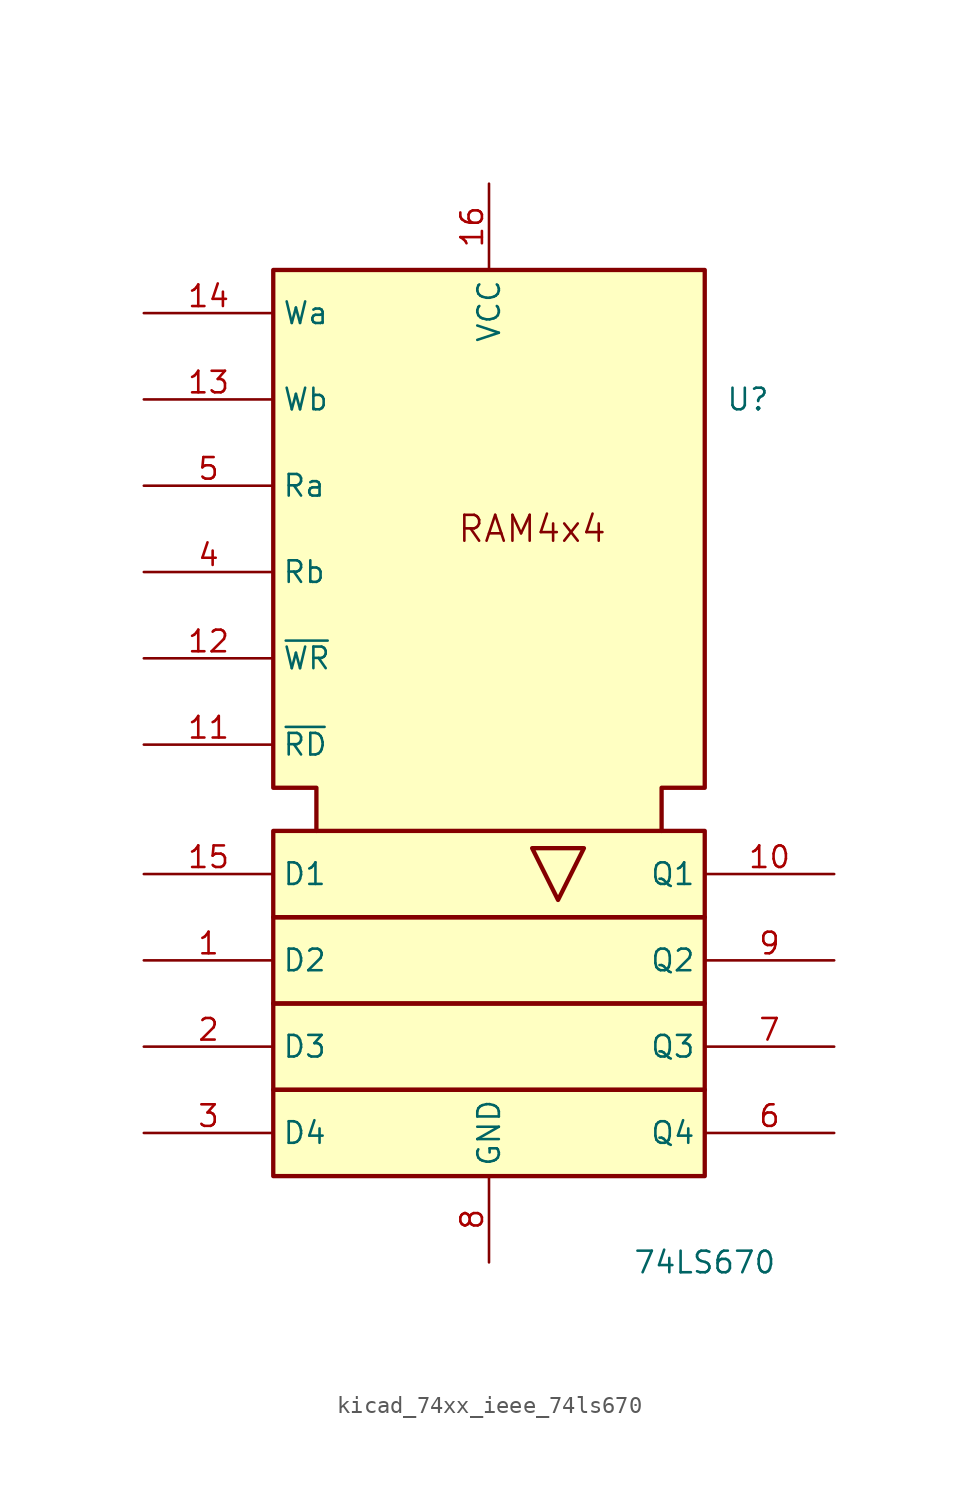
<source format=kicad_sym>
(kicad_symbol_lib
  (version 20220914)
  (generator kicad_symbol_editor)
  (symbol "kicad_74xx_ieee_74ls670"
    (property "Reference" "U"
      (at 15.24 20.32 0)
      (effects (font (size 1.27 1.27))))
    (property "Value" "74LS670"
      (at 12.7 -30.48 0)
      (effects (font (size 1.27 1.27))))
    (symbol "kicad_74xx_ieee_74ls670_0_0"
      (rectangle (start -12.7 -20.32) (end 12.7 -25.4) (stroke (width 0.254) (type default)) (fill (type background)))
      (rectangle (start -12.7 -15.24) (end 12.7 -20.32) (stroke (width 0.254) (type default)) (fill (type background)))
      (rectangle (start -12.7 -10.16) (end 12.7 -15.24) (stroke (width 0.254) (type default)) (fill (type background)))
      (polyline (pts (xy 5.588 -6.096) (xy 2.54 -6.096) (xy 4.064 -9.144) (xy 5.588 -6.096) (xy 5.588 -6.096)) (stroke (width 0.254) (type default)) (fill (type background)))
      (polyline (pts (xy -10.16 -5.08) (xy -10.16 -2.54) (xy -12.7 -2.54) (xy -12.7 27.94) (xy 12.7 27.94) (xy 12.7 -2.54) (xy 10.16 -2.54) (xy 10.16 -5.08) (xy 10.16 -5.08)) (stroke (width 0.254) (type default)) (fill (type background)))
      (text "RAM4x4" (at 2.54 12.7 0) (effects (font (size 1.524 1.524))))
      (pin power_in line (at 0 33.02 270) (length 5.08) (name "VCC" (effects (font (size 1.27 1.27)))) (number "16" (effects (font (size 1.27 1.27)))))
      (pin power_in line (at 0 -30.48 90) (length 5.08) (name "GND" (effects (font (size 1.27 1.27)))) (number "8" (effects (font (size 1.27 1.27))))))
    (symbol "kicad_74xx_ieee_74ls670_0_1"
      (rectangle (start -12.7 -5.08) (end 12.7 -10.16) (stroke (width 0.254) (type default)) (fill (type background))))
    (symbol "kicad_74xx_ieee_74ls670_1_1"
      (pin input line (at -20.32 -12.7 0) (length 7.62) (name "D2" (effects (font (size 1.27 1.27)))) (number "1" (effects (font (size 1.27 1.27)))))
      (pin tri_state line (at 20.32 -7.62 180) (length 7.62) (name "Q1" (effects (font (size 1.27 1.27)))) (number "10" (effects (font (size 1.27 1.27)))))
      (pin input line (at -20.32 0 0) (length 7.62) (name "~{RD}" (effects (font (size 1.27 1.27)))) (number "11" (effects (font (size 1.27 1.27)))))
      (pin input line (at -20.32 5.08 0) (length 7.62) (name "~{WR}" (effects (font (size 1.27 1.27)))) (number "12" (effects (font (size 1.27 1.27)))))
      (pin input line (at -20.32 20.32 0) (length 7.62) (name "Wb" (effects (font (size 1.27 1.27)))) (number "13" (effects (font (size 1.27 1.27)))))
      (pin input line (at -20.32 25.4 0) (length 7.62) (name "Wa" (effects (font (size 1.27 1.27)))) (number "14" (effects (font (size 1.27 1.27)))))
      (pin input line (at -20.32 -7.62 0) (length 7.62) (name "D1" (effects (font (size 1.27 1.27)))) (number "15" (effects (font (size 1.27 1.27)))))
      (pin input line (at -20.32 -17.78 0) (length 7.62) (name "D3" (effects (font (size 1.27 1.27)))) (number "2" (effects (font (size 1.27 1.27)))))
      (pin input line (at -20.32 -22.86 0) (length 7.62) (name "D4" (effects (font (size 1.27 1.27)))) (number "3" (effects (font (size 1.27 1.27)))))
      (pin input line (at -20.32 10.16 0) (length 7.62) (name "Rb" (effects (font (size 1.27 1.27)))) (number "4" (effects (font (size 1.27 1.27)))))
      (pin input line (at -20.32 15.24 0) (length 7.62) (name "Ra" (effects (font (size 1.27 1.27)))) (number "5" (effects (font (size 1.27 1.27)))))
      (pin tri_state line (at 20.32 -22.86 180) (length 7.62) (name "Q4" (effects (font (size 1.27 1.27)))) (number "6" (effects (font (size 1.27 1.27)))))
      (pin tri_state line (at 20.32 -17.78 180) (length 7.62) (name "Q3" (effects (font (size 1.27 1.27)))) (number "7" (effects (font (size 1.27 1.27)))))
      (pin tri_state line (at 20.32 -12.7 180) (length 7.62) (name "Q2" (effects (font (size 1.27 1.27)))) (number "9" (effects (font (size 1.27 1.27))))))))
</source>
